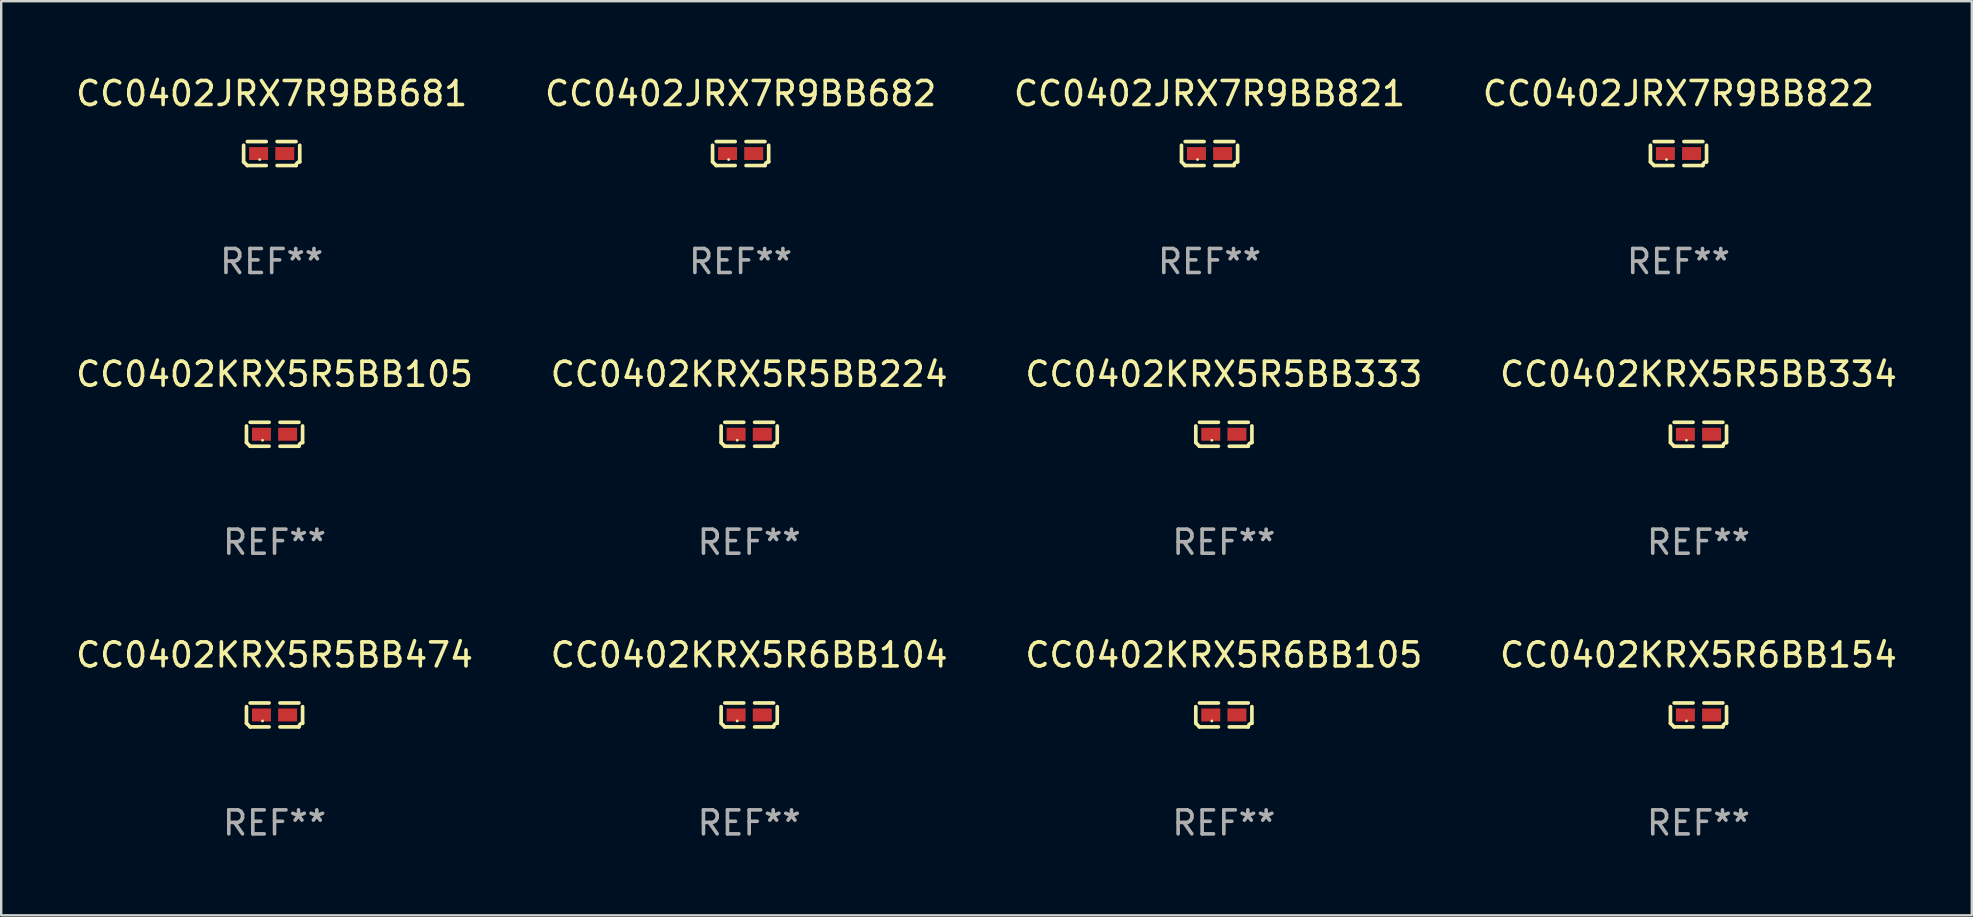
<source format=kicad_pcb>
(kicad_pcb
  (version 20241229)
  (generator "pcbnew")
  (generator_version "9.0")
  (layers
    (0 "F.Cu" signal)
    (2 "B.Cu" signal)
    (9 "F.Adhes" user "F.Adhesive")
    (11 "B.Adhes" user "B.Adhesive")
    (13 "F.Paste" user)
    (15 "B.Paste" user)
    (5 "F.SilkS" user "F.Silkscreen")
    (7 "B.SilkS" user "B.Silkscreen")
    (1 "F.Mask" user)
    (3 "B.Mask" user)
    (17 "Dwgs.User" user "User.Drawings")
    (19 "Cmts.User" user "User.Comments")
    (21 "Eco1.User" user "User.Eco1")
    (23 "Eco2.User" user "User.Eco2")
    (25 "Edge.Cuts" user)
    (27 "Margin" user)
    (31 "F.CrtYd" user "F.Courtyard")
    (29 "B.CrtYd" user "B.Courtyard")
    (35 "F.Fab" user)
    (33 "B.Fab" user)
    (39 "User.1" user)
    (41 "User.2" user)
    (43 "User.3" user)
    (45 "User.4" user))
  (footprint "CC0402KRX5R5BB334"
    (layer "F.Cu")
    (at 67.708 15.041)
    (property "Reference" "CC0402KRX5R5BB334" (at 0 -2.499 0) (layer "F.SilkS") (effects (font (size 1 1) (thickness 0.15))))
    (attr through_hole)
    (fp_line (start -1.169 0.346) (end -1.169 -0.346) (stroke (width 0.152) (type solid)) (layer "F.SilkS"))
    (fp_line (start -1.016 -0.499) (end -0.226 -0.499) (stroke (width 0.152) (type solid)) (layer "F.SilkS"))
    (fp_line (start -0.226 0.499) (end -1.016 0.499) (stroke (width 0.152) (type solid)) (layer "F.SilkS"))
    (fp_line (start 0.226 0.499) (end 1.016 0.499) (stroke (width 0.152) (type solid)) (layer "F.SilkS"))
    (fp_line (start 1.016 -0.499) (end 0.226 -0.499) (stroke (width 0.152) (type solid)) (layer "F.SilkS"))
    (fp_line (start 1.169 0.346) (end 1.169 -0.346) (stroke (width 0.152) (type solid)) (layer "F.SilkS"))
    (fp_arc (start -1.016307 0.498603) (mid -1.092512 0.422405) (end -1.16871 0.3462) (stroke (width 0.1524) (type solid)) (layer "F.SilkS"))
    (fp_arc (start 1.016307 0.498603) (mid 1.060899 0.390758) (end 1.168707 0.346076) (stroke (width 0.1524) (type solid)) (layer "F.SilkS"))
    (fp_circle (center -0.5 0.25) (end -0.47 0.25) (stroke (width 0.06) (type solid)) (fill no) (layer "F.SilkS"))
    (fp_text user "REF**" (at 0 4.499 0) (layer "F.Fab") (effects (font (size 1 1) (thickness 0.15))))
    (pad "1" smd rect (at -0.545 0) (size 0.79 0.54) (layers "F.Cu" "F.Mask" "F.Paste"))
    (pad "2" smd rect (at 0.545 0) (size 0.79 0.54) (layers "F.Cu" "F.Mask" "F.Paste")))
  (footprint "CC0402KRX5R6BB104"
    (layer "F.Cu")
    (at 28.161 26.734)
    (property "Reference" "CC0402KRX5R6BB104" (at 0 -2.499 0) (layer "F.SilkS") (effects (font (size 1 1) (thickness 0.15))))
    (attr through_hole)
    (fp_line (start -1.169 0.346) (end -1.169 -0.346) (stroke (width 0.152) (type solid)) (layer "F.SilkS"))
    (fp_line (start -1.016 -0.499) (end -0.226 -0.499) (stroke (width 0.152) (type solid)) (layer "F.SilkS"))
    (fp_line (start -0.226 0.499) (end -1.016 0.499) (stroke (width 0.152) (type solid)) (layer "F.SilkS"))
    (fp_line (start 0.226 0.499) (end 1.016 0.499) (stroke (width 0.152) (type solid)) (layer "F.SilkS"))
    (fp_line (start 1.016 -0.499) (end 0.226 -0.499) (stroke (width 0.152) (type solid)) (layer "F.SilkS"))
    (fp_line (start 1.169 0.346) (end 1.169 -0.346) (stroke (width 0.152) (type solid)) (layer "F.SilkS"))
    (fp_arc (start -1.016307 0.498603) (mid -1.092512 0.422405) (end -1.16871 0.3462) (stroke (width 0.1524) (type solid)) (layer "F.SilkS"))
    (fp_arc (start 1.016307 0.498603) (mid 1.060899 0.390758) (end 1.168707 0.346076) (stroke (width 0.1524) (type solid)) (layer "F.SilkS"))
    (fp_circle (center -0.5 0.25) (end -0.47 0.25) (stroke (width 0.06) (type solid)) (fill no) (layer "F.SilkS"))
    (fp_text user "REF**" (at 0 4.499 0) (layer "F.Fab") (effects (font (size 1 1) (thickness 0.15))))
    (pad "1" smd rect (at -0.545 0) (size 0.79 0.54) (layers "F.Cu" "F.Mask" "F.Paste"))
    (pad "2" smd rect (at 0.545 0) (size 0.79 0.54) (layers "F.Cu" "F.Mask" "F.Paste")))
  (footprint "CC0402KRX5R5BB224"
    (layer "F.Cu")
    (at 28.161 15.041)
    (property "Reference" "CC0402KRX5R5BB224" (at 0 -2.499 0) (layer "F.SilkS") (effects (font (size 1 1) (thickness 0.15))))
    (attr through_hole)
    (fp_line (start -1.169 0.346) (end -1.169 -0.346) (stroke (width 0.152) (type solid)) (layer "F.SilkS"))
    (fp_line (start -1.016 -0.499) (end -0.226 -0.499) (stroke (width 0.152) (type solid)) (layer "F.SilkS"))
    (fp_line (start -0.226 0.499) (end -1.016 0.499) (stroke (width 0.152) (type solid)) (layer "F.SilkS"))
    (fp_line (start 0.226 0.499) (end 1.016 0.499) (stroke (width 0.152) (type solid)) (layer "F.SilkS"))
    (fp_line (start 1.016 -0.499) (end 0.226 -0.499) (stroke (width 0.152) (type solid)) (layer "F.SilkS"))
    (fp_line (start 1.169 0.346) (end 1.169 -0.346) (stroke (width 0.152) (type solid)) (layer "F.SilkS"))
    (fp_arc (start -1.016307 0.498603) (mid -1.092512 0.422405) (end -1.16871 0.3462) (stroke (width 0.1524) (type solid)) (layer "F.SilkS"))
    (fp_arc (start 1.016307 0.498603) (mid 1.060899 0.390758) (end 1.168707 0.346076) (stroke (width 0.1524) (type solid)) (layer "F.SilkS"))
    (fp_circle (center -0.5 0.25) (end -0.47 0.25) (stroke (width 0.06) (type solid)) (fill no) (layer "F.SilkS"))
    (fp_text user "REF**" (at 0 4.499 0) (layer "F.Fab") (effects (font (size 1 1) (thickness 0.15))))
    (pad "1" smd rect (at -0.545 0) (size 0.79 0.54) (layers "F.Cu" "F.Mask" "F.Paste"))
    (pad "2" smd rect (at 0.545 0) (size 0.79 0.54) (layers "F.Cu" "F.Mask" "F.Paste")))
  (footprint "CC0402KRX5R6BB105"
    (layer "F.Cu")
    (at 47.935 26.734)
    (property "Reference" "CC0402KRX5R6BB105" (at 0 -2.499 0) (layer "F.SilkS") (effects (font (size 1 1) (thickness 0.15))))
    (attr through_hole)
    (fp_line (start -1.169 0.346) (end -1.169 -0.346) (stroke (width 0.152) (type solid)) (layer "F.SilkS"))
    (fp_line (start -1.016 -0.499) (end -0.226 -0.499) (stroke (width 0.152) (type solid)) (layer "F.SilkS"))
    (fp_line (start -0.226 0.499) (end -1.016 0.499) (stroke (width 0.152) (type solid)) (layer "F.SilkS"))
    (fp_line (start 0.226 0.499) (end 1.016 0.499) (stroke (width 0.152) (type solid)) (layer "F.SilkS"))
    (fp_line (start 1.016 -0.499) (end 0.226 -0.499) (stroke (width 0.152) (type solid)) (layer "F.SilkS"))
    (fp_line (start 1.169 0.346) (end 1.169 -0.346) (stroke (width 0.152) (type solid)) (layer "F.SilkS"))
    (fp_arc (start -1.016307 0.498603) (mid -1.092512 0.422405) (end -1.16871 0.3462) (stroke (width 0.1524) (type solid)) (layer "F.SilkS"))
    (fp_arc (start 1.016307 0.498603) (mid 1.060899 0.390758) (end 1.168707 0.346076) (stroke (width 0.1524) (type solid)) (layer "F.SilkS"))
    (fp_circle (center -0.5 0.25) (end -0.47 0.25) (stroke (width 0.06) (type solid)) (fill no) (layer "F.SilkS"))
    (fp_text user "REF**" (at 0 4.499 0) (layer "F.Fab") (effects (font (size 1 1) (thickness 0.15))))
    (pad "1" smd rect (at -0.545 0) (size 0.79 0.54) (layers "F.Cu" "F.Mask" "F.Paste"))
    (pad "2" smd rect (at 0.545 0) (size 0.79 0.54) (layers "F.Cu" "F.Mask" "F.Paste")))
  (footprint "CC0402JRX7R9BB682"
    (layer "F.Cu")
    (at 27.804 3.347)
    (property "Reference" "CC0402JRX7R9BB682" (at 0 -2.499 0) (layer "F.SilkS") (effects (font (size 1 1) (thickness 0.15))))
    (attr through_hole)
    (fp_line (start -1.169 0.346) (end -1.169 -0.346) (stroke (width 0.152) (type solid)) (layer "F.SilkS"))
    (fp_line (start -1.016 -0.499) (end -0.226 -0.499) (stroke (width 0.152) (type solid)) (layer "F.SilkS"))
    (fp_line (start -0.226 0.499) (end -1.016 0.499) (stroke (width 0.152) (type solid)) (layer "F.SilkS"))
    (fp_line (start 0.226 0.499) (end 1.016 0.499) (stroke (width 0.152) (type solid)) (layer "F.SilkS"))
    (fp_line (start 1.016 -0.499) (end 0.226 -0.499) (stroke (width 0.152) (type solid)) (layer "F.SilkS"))
    (fp_line (start 1.169 0.346) (end 1.169 -0.346) (stroke (width 0.152) (type solid)) (layer "F.SilkS"))
    (fp_arc (start -1.016307 0.498603) (mid -1.092512 0.422405) (end -1.16871 0.3462) (stroke (width 0.1524) (type solid)) (layer "F.SilkS"))
    (fp_arc (start 1.016307 0.498603) (mid 1.060899 0.390758) (end 1.168707 0.346076) (stroke (width 0.1524) (type solid)) (layer "F.SilkS"))
    (fp_circle (center -0.5 0.25) (end -0.47 0.25) (stroke (width 0.06) (type solid)) (fill no) (layer "F.SilkS"))
    (fp_text user "REF**" (at 0 4.499 0) (layer "F.Fab") (effects (font (size 1 1) (thickness 0.15))))
    (pad "1" smd rect (at -0.545 0) (size 0.79 0.54) (layers "F.Cu" "F.Mask" "F.Paste"))
    (pad "2" smd rect (at 0.545 0) (size 0.79 0.54) (layers "F.Cu" "F.Mask" "F.Paste")))
  (footprint "CC0402JRX7R9BB681"
    (layer "F.Cu")
    (at 8.268 3.347)
    (property "Reference" "CC0402JRX7R9BB681" (at 0 -2.499 0) (layer "F.SilkS") (effects (font (size 1 1) (thickness 0.15))))
    (attr through_hole)
    (fp_line (start -1.169 0.346) (end -1.169 -0.346) (stroke (width 0.152) (type solid)) (layer "F.SilkS"))
    (fp_line (start -1.016 -0.499) (end -0.226 -0.499) (stroke (width 0.152) (type solid)) (layer "F.SilkS"))
    (fp_line (start -0.226 0.499) (end -1.016 0.499) (stroke (width 0.152) (type solid)) (layer "F.SilkS"))
    (fp_line (start 0.226 0.499) (end 1.016 0.499) (stroke (width 0.152) (type solid)) (layer "F.SilkS"))
    (fp_line (start 1.016 -0.499) (end 0.226 -0.499) (stroke (width 0.152) (type solid)) (layer "F.SilkS"))
    (fp_line (start 1.169 0.346) (end 1.169 -0.346) (stroke (width 0.152) (type solid)) (layer "F.SilkS"))
    (fp_arc (start -1.016307 0.498603) (mid -1.092512 0.422405) (end -1.16871 0.3462) (stroke (width 0.1524) (type solid)) (layer "F.SilkS"))
    (fp_arc (start 1.016307 0.498603) (mid 1.060899 0.390758) (end 1.168707 0.346076) (stroke (width 0.1524) (type solid)) (layer "F.SilkS"))
    (fp_circle (center -0.5 0.25) (end -0.47 0.25) (stroke (width 0.06) (type solid)) (fill no) (layer "F.SilkS"))
    (fp_text user "REF**" (at 0 4.499 0) (layer "F.Fab") (effects (font (size 1 1) (thickness 0.15))))
    (pad "1" smd rect (at -0.545 0) (size 0.79 0.54) (layers "F.Cu" "F.Mask" "F.Paste"))
    (pad "2" smd rect (at 0.545 0) (size 0.79 0.54) (layers "F.Cu" "F.Mask" "F.Paste")))
  (footprint "CC0402KRX5R5BB105"
    (layer "F.Cu")
    (at 8.387 15.041)
    (property "Reference" "CC0402KRX5R5BB105" (at 0 -2.499 0) (layer "F.SilkS") (effects (font (size 1 1) (thickness 0.15))))
    (attr through_hole)
    (fp_line (start -1.169 0.346) (end -1.169 -0.346) (stroke (width 0.152) (type solid)) (layer "F.SilkS"))
    (fp_line (start -1.016 -0.499) (end -0.226 -0.499) (stroke (width 0.152) (type solid)) (layer "F.SilkS"))
    (fp_line (start -0.226 0.499) (end -1.016 0.499) (stroke (width 0.152) (type solid)) (layer "F.SilkS"))
    (fp_line (start 0.226 0.499) (end 1.016 0.499) (stroke (width 0.152) (type solid)) (layer "F.SilkS"))
    (fp_line (start 1.016 -0.499) (end 0.226 -0.499) (stroke (width 0.152) (type solid)) (layer "F.SilkS"))
    (fp_line (start 1.169 0.346) (end 1.169 -0.346) (stroke (width 0.152) (type solid)) (layer "F.SilkS"))
    (fp_arc (start -1.016307 0.498603) (mid -1.092512 0.422405) (end -1.16871 0.3462) (stroke (width 0.1524) (type solid)) (layer "F.SilkS"))
    (fp_arc (start 1.016307 0.498603) (mid 1.060899 0.390758) (end 1.168707 0.346076) (stroke (width 0.1524) (type solid)) (layer "F.SilkS"))
    (fp_circle (center -0.5 0.25) (end -0.47 0.25) (stroke (width 0.06) (type solid)) (fill no) (layer "F.SilkS"))
    (fp_text user "REF**" (at 0 4.499 0) (layer "F.Fab") (effects (font (size 1 1) (thickness 0.15))))
    (pad "1" smd rect (at -0.545 0) (size 0.79 0.54) (layers "F.Cu" "F.Mask" "F.Paste"))
    (pad "2" smd rect (at 0.545 0) (size 0.79 0.54) (layers "F.Cu" "F.Mask" "F.Paste")))
  (footprint "CC0402KRX5R6BB154"
    (layer "F.Cu")
    (at 67.708 26.734)
    (property "Reference" "CC0402KRX5R6BB154" (at 0 -2.499 0) (layer "F.SilkS") (effects (font (size 1 1) (thickness 0.15))))
    (attr through_hole)
    (fp_line (start -1.169 0.346) (end -1.169 -0.346) (stroke (width 0.152) (type solid)) (layer "F.SilkS"))
    (fp_line (start -1.016 -0.499) (end -0.226 -0.499) (stroke (width 0.152) (type solid)) (layer "F.SilkS"))
    (fp_line (start -0.226 0.499) (end -1.016 0.499) (stroke (width 0.152) (type solid)) (layer "F.SilkS"))
    (fp_line (start 0.226 0.499) (end 1.016 0.499) (stroke (width 0.152) (type solid)) (layer "F.SilkS"))
    (fp_line (start 1.016 -0.499) (end 0.226 -0.499) (stroke (width 0.152) (type solid)) (layer "F.SilkS"))
    (fp_line (start 1.169 0.346) (end 1.169 -0.346) (stroke (width 0.152) (type solid)) (layer "F.SilkS"))
    (fp_arc (start -1.016307 0.498603) (mid -1.092512 0.422405) (end -1.16871 0.3462) (stroke (width 0.1524) (type solid)) (layer "F.SilkS"))
    (fp_arc (start 1.016307 0.498603) (mid 1.060899 0.390758) (end 1.168707 0.346076) (stroke (width 0.1524) (type solid)) (layer "F.SilkS"))
    (fp_circle (center -0.5 0.25) (end -0.47 0.25) (stroke (width 0.06) (type solid)) (fill no) (layer "F.SilkS"))
    (fp_text user "REF**" (at 0 4.499 0) (layer "F.Fab") (effects (font (size 1 1) (thickness 0.15))))
    (pad "1" smd rect (at -0.545 0) (size 0.79 0.54) (layers "F.Cu" "F.Mask" "F.Paste"))
    (pad "2" smd rect (at 0.545 0) (size 0.79 0.54) (layers "F.Cu" "F.Mask" "F.Paste")))
  (footprint "CC0402KRX5R5BB333"
    (layer "F.Cu")
    (at 47.935 15.041)
    (property "Reference" "CC0402KRX5R5BB333" (at 0 -2.499 0) (layer "F.SilkS") (effects (font (size 1 1) (thickness 0.15))))
    (attr through_hole)
    (fp_line (start -1.169 0.346) (end -1.169 -0.346) (stroke (width 0.152) (type solid)) (layer "F.SilkS"))
    (fp_line (start -1.016 -0.499) (end -0.226 -0.499) (stroke (width 0.152) (type solid)) (layer "F.SilkS"))
    (fp_line (start -0.226 0.499) (end -1.016 0.499) (stroke (width 0.152) (type solid)) (layer "F.SilkS"))
    (fp_line (start 0.226 0.499) (end 1.016 0.499) (stroke (width 0.152) (type solid)) (layer "F.SilkS"))
    (fp_line (start 1.016 -0.499) (end 0.226 -0.499) (stroke (width 0.152) (type solid)) (layer "F.SilkS"))
    (fp_line (start 1.169 0.346) (end 1.169 -0.346) (stroke (width 0.152) (type solid)) (layer "F.SilkS"))
    (fp_arc (start -1.016307 0.498603) (mid -1.092512 0.422405) (end -1.16871 0.3462) (stroke (width 0.1524) (type solid)) (layer "F.SilkS"))
    (fp_arc (start 1.016307 0.498603) (mid 1.060899 0.390758) (end 1.168707 0.346076) (stroke (width 0.1524) (type solid)) (layer "F.SilkS"))
    (fp_circle (center -0.5 0.25) (end -0.47 0.25) (stroke (width 0.06) (type solid)) (fill no) (layer "F.SilkS"))
    (fp_text user "REF**" (at 0 4.499 0) (layer "F.Fab") (effects (font (size 1 1) (thickness 0.15))))
    (pad "1" smd rect (at -0.545 0) (size 0.79 0.54) (layers "F.Cu" "F.Mask" "F.Paste"))
    (pad "2" smd rect (at 0.545 0) (size 0.79 0.54) (layers "F.Cu" "F.Mask" "F.Paste")))
  (footprint "CC0402JRX7R9BB821"
    (layer "F.Cu")
    (at 47.339 3.347)
    (property "Reference" "CC0402JRX7R9BB821" (at 0 -2.499 0) (layer "F.SilkS") (effects (font (size 1 1) (thickness 0.15))))
    (attr through_hole)
    (fp_line (start -1.169 0.346) (end -1.169 -0.346) (stroke (width 0.152) (type solid)) (layer "F.SilkS"))
    (fp_line (start -1.016 -0.499) (end -0.226 -0.499) (stroke (width 0.152) (type solid)) (layer "F.SilkS"))
    (fp_line (start -0.226 0.499) (end -1.016 0.499) (stroke (width 0.152) (type solid)) (layer "F.SilkS"))
    (fp_line (start 0.226 0.499) (end 1.016 0.499) (stroke (width 0.152) (type solid)) (layer "F.SilkS"))
    (fp_line (start 1.016 -0.499) (end 0.226 -0.499) (stroke (width 0.152) (type solid)) (layer "F.SilkS"))
    (fp_line (start 1.169 0.346) (end 1.169 -0.346) (stroke (width 0.152) (type solid)) (layer "F.SilkS"))
    (fp_arc (start -1.016307 0.498603) (mid -1.092512 0.422405) (end -1.16871 0.3462) (stroke (width 0.1524) (type solid)) (layer "F.SilkS"))
    (fp_arc (start 1.016307 0.498603) (mid 1.060899 0.390758) (end 1.168707 0.346076) (stroke (width 0.1524) (type solid)) (layer "F.SilkS"))
    (fp_circle (center -0.5 0.25) (end -0.47 0.25) (stroke (width 0.06) (type solid)) (fill no) (layer "F.SilkS"))
    (fp_text user "REF**" (at 0 4.499 0) (layer "F.Fab") (effects (font (size 1 1) (thickness 0.15))))
    (pad "1" smd rect (at -0.545 0) (size 0.79 0.54) (layers "F.Cu" "F.Mask" "F.Paste"))
    (pad "2" smd rect (at 0.545 0) (size 0.79 0.54) (layers "F.Cu" "F.Mask" "F.Paste")))
  (footprint "CC0402KRX5R5BB474"
    (layer "F.Cu")
    (at 8.387 26.734)
    (property "Reference" "CC0402KRX5R5BB474" (at 0 -2.499 0) (layer "F.SilkS") (effects (font (size 1 1) (thickness 0.15))))
    (attr through_hole)
    (fp_line (start -1.169 0.346) (end -1.169 -0.346) (stroke (width 0.152) (type solid)) (layer "F.SilkS"))
    (fp_line (start -1.016 -0.499) (end -0.226 -0.499) (stroke (width 0.152) (type solid)) (layer "F.SilkS"))
    (fp_line (start -0.226 0.499) (end -1.016 0.499) (stroke (width 0.152) (type solid)) (layer "F.SilkS"))
    (fp_line (start 0.226 0.499) (end 1.016 0.499) (stroke (width 0.152) (type solid)) (layer "F.SilkS"))
    (fp_line (start 1.016 -0.499) (end 0.226 -0.499) (stroke (width 0.152) (type solid)) (layer "F.SilkS"))
    (fp_line (start 1.169 0.346) (end 1.169 -0.346) (stroke (width 0.152) (type solid)) (layer "F.SilkS"))
    (fp_arc (start -1.016307 0.498603) (mid -1.092512 0.422405) (end -1.16871 0.3462) (stroke (width 0.1524) (type solid)) (layer "F.SilkS"))
    (fp_arc (start 1.016307 0.498603) (mid 1.060899 0.390758) (end 1.168707 0.346076) (stroke (width 0.1524) (type solid)) (layer "F.SilkS"))
    (fp_circle (center -0.5 0.25) (end -0.47 0.25) (stroke (width 0.06) (type solid)) (fill no) (layer "F.SilkS"))
    (fp_text user "REF**" (at 0 4.499 0) (layer "F.Fab") (effects (font (size 1 1) (thickness 0.15))))
    (pad "1" smd rect (at -0.545 0) (size 0.79 0.54) (layers "F.Cu" "F.Mask" "F.Paste"))
    (pad "2" smd rect (at 0.545 0) (size 0.79 0.54) (layers "F.Cu" "F.Mask" "F.Paste")))
  (footprint "CC0402JRX7R9BB822"
    (layer "F.Cu")
    (at 66.875 3.347)
    (property "Reference" "CC0402JRX7R9BB822" (at 0 -2.499 0) (layer "F.SilkS") (effects (font (size 1 1) (thickness 0.15))))
    (attr through_hole)
    (fp_line (start -1.169 0.346) (end -1.169 -0.346) (stroke (width 0.152) (type solid)) (layer "F.SilkS"))
    (fp_line (start -1.016 -0.499) (end -0.226 -0.499) (stroke (width 0.152) (type solid)) (layer "F.SilkS"))
    (fp_line (start -0.226 0.499) (end -1.016 0.499) (stroke (width 0.152) (type solid)) (layer "F.SilkS"))
    (fp_line (start 0.226 0.499) (end 1.016 0.499) (stroke (width 0.152) (type solid)) (layer "F.SilkS"))
    (fp_line (start 1.016 -0.499) (end 0.226 -0.499) (stroke (width 0.152) (type solid)) (layer "F.SilkS"))
    (fp_line (start 1.169 0.346) (end 1.169 -0.346) (stroke (width 0.152) (type solid)) (layer "F.SilkS"))
    (fp_arc (start -1.016307 0.498603) (mid -1.092512 0.422405) (end -1.16871 0.3462) (stroke (width 0.1524) (type solid)) (layer "F.SilkS"))
    (fp_arc (start 1.016307 0.498603) (mid 1.060899 0.390758) (end 1.168707 0.346076) (stroke (width 0.1524) (type solid)) (layer "F.SilkS"))
    (fp_circle (center -0.5 0.25) (end -0.47 0.25) (stroke (width 0.06) (type solid)) (fill no) (layer "F.SilkS"))
    (fp_text user "REF**" (at 0 4.499 0) (layer "F.Fab") (effects (font (size 1 1) (thickness 0.15))))
    (pad "1" smd rect (at -0.545 0) (size 0.79 0.54) (layers "F.Cu" "F.Mask" "F.Paste"))
    (pad "2" smd rect (at 0.545 0) (size 0.79 0.54) (layers "F.Cu" "F.Mask" "F.Paste")))
  (gr_rect
    (start -3 -3)
    (end 79.095 35.081)
    (stroke (width 0.1) (type default))
    (fill no)
    (layer "Edge.Cuts")))
</source>
